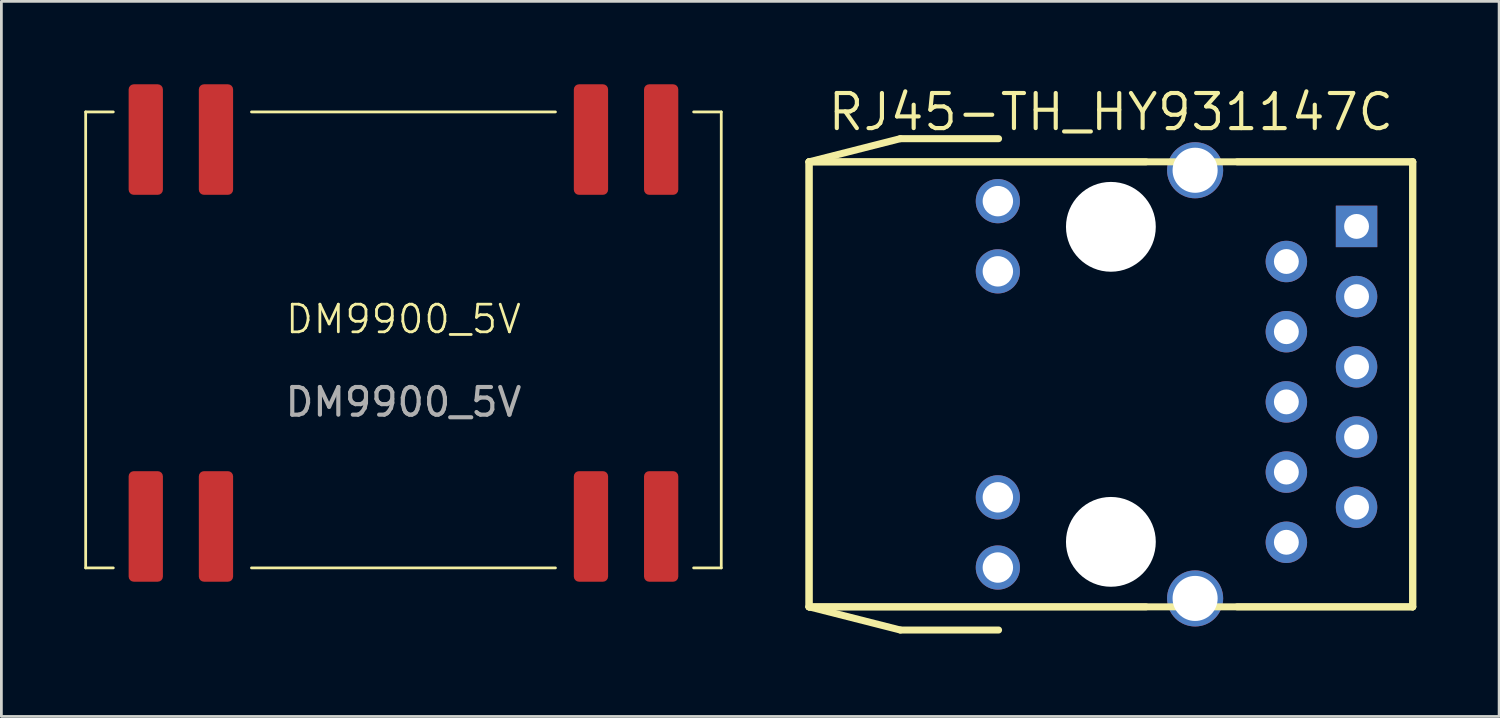
<source format=kicad_pcb>
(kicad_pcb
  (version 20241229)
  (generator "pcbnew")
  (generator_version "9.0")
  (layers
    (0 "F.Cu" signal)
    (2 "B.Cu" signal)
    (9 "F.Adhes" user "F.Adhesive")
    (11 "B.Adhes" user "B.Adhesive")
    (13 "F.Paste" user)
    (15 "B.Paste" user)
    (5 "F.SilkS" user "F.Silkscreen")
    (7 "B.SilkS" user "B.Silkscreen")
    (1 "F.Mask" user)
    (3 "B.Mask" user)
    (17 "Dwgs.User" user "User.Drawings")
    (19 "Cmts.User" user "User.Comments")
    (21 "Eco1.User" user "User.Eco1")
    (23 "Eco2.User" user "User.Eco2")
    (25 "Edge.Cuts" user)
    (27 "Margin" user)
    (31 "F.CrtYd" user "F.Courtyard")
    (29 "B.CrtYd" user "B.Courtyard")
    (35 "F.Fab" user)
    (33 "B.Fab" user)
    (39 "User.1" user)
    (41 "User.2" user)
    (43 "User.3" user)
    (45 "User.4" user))
  (footprint "RJ45-TH_HY931147C"
    (layer "F.Cu")
    (at 39.549 10.858)
    (property "Reference" "RJ45-TH_HY931147C" (at -2.4 -9.852 0) (layer "F.SilkS") (effects (font (size 1.27 1.27) (thickness 0.15))))
    (fp_line (start -13.322 -8.052) (end -13.322 8.052) (stroke (width 0.254) (type default)) (layer "F.SilkS"))
    (fp_line (start -13.322 -8.052) (end -10.02 -8.89) (stroke (width 0.254) (type default)) (layer "F.SilkS"))
    (fp_line (start -13.322 -8.052) (end 8.522 -8.052) (stroke (width 0.254) (type default)) (layer "F.SilkS"))
    (fp_line (start -13.322 8.052) (end -13.322 -8.052) (stroke (width 0.254) (type default)) (layer "F.SilkS"))
    (fp_line (start -13.322 8.052) (end -1.13 8.052) (stroke (width 0.254) (type default)) (layer "F.SilkS"))
    (fp_line (start -10.02 -8.89) (end -6.464 -8.89) (stroke (width 0.254) (type default)) (layer "F.SilkS"))
    (fp_line (start -10.02 8.89) (end -13.322 8.052) (stroke (width 0.254) (type default)) (layer "F.SilkS"))
    (fp_line (start -6.464 8.89) (end -10.02 8.89) (stroke (width 0.254) (type default)) (layer "F.SilkS"))
    (fp_line (start -1.13 -8.052) (end -13.322 -8.052) (stroke (width 0.254) (type default)) (layer "F.SilkS"))
    (fp_line (start 2.172 -8.052) (end 8.522 -8.052) (stroke (width 0.254) (type default)) (layer "F.SilkS"))
    (fp_line (start 8.522 -8.052) (end 8.522 8.052) (stroke (width 0.254) (type default)) (layer "F.SilkS"))
    (fp_line (start 8.522 -8.052) (end 8.522 8.052) (stroke (width 0.254) (type default)) (layer "F.SilkS"))
    (fp_line (start 8.522 8.052) (end -13.322 8.052) (stroke (width 0.254) (type default)) (layer "F.SilkS"))
    (fp_line (start 8.522 8.052) (end 2.172 8.052) (stroke (width 0.254) (type default)) (layer "F.SilkS"))
    (fp_circle (center -2.4 -5.7) (end -1.65 -5.7) (stroke (width 1.5) (type default)) (fill no) (layer "Dwgs.User"))
    (fp_circle (center -2.4 5.699) (end -1.65 5.699) (stroke (width 1.5) (type default)) (fill no) (layer "Dwgs.User"))
    (fp_circle (center 8.278 -8.05) (end 8.308 -8.05) (stroke (width 0.06) (type default)) (fill no) (layer "User.5"))
    (pad "" np_thru_hole circle (at -2.4 -5.7) (size 3.25 3.25) (drill 3.25) (layers "*.Cu" "*.Mask"))
    (pad "" np_thru_hole circle (at -2.4 5.7) (size 3.25 3.25) (drill 3.25) (layers "*.Cu" "*.Mask"))
    (pad "1" thru_hole rect (at 6.49 -5.715) (size 1.5 1.5) (drill 0.9) (layers "*.Cu" "*.Mask"))
    (pad "2" thru_hole oval (at 3.95 -4.445) (size 1.5 1.5) (drill 0.9) (layers "*.Cu" "*.Mask"))
    (pad "3" thru_hole oval (at 6.49 -3.175) (size 1.5 1.5) (drill 0.9) (layers "*.Cu" "*.Mask"))
    (pad "4" thru_hole oval (at 3.95 -1.905) (size 1.5 1.5) (drill 0.9) (layers "*.Cu" "*.Mask"))
    (pad "5" thru_hole oval (at 6.49 -0.635) (size 1.5 1.5) (drill 0.9) (layers "*.Cu" "*.Mask"))
    (pad "6" thru_hole oval (at 3.95 0.635) (size 1.5 1.5) (drill 0.9) (layers "*.Cu" "*.Mask"))
    (pad "7" thru_hole oval (at 6.49 1.905) (size 1.5 1.5) (drill 0.9) (layers "*.Cu" "*.Mask"))
    (pad "8" thru_hole oval (at 3.95 3.175) (size 1.5 1.5) (drill 0.9) (layers "*.Cu" "*.Mask"))
    (pad "9" thru_hole oval (at 6.49 4.445) (size 1.5 1.5) (drill 0.9) (layers "*.Cu" "*.Mask"))
    (pad "10" thru_hole oval (at 3.95 5.715) (size 1.5 1.5) (drill 0.9) (layers "*.Cu" "*.Mask"))
    (pad "11" thru_hole oval (at -6.49 -6.629) (size 1.6 1.6) (drill 1.1) (layers "*.Cu" "*.Mask"))
    (pad "12" thru_hole oval (at -6.49 -4.089) (size 1.6 1.6) (drill 1.1) (layers "*.Cu" "*.Mask"))
    (pad "13" thru_hole oval (at -6.49 4.089) (size 1.6 1.6) (drill 1.1) (layers "*.Cu" "*.Mask"))
    (pad "14" thru_hole oval (at -6.49 6.629) (size 1.6 1.6) (drill 1.1) (layers "*.Cu" "*.Mask"))
    (pad "GND1" thru_hole oval (at 0.648 -7.747) (size 2.03 2.03) (drill 1.631) (layers "*.Cu" "*.Mask"))
    (pad "GND2" thru_hole oval (at 0.648 7.747) (size 2.03 2.03) (drill 1.631) (layers "*.Cu" "*.Mask"))
    (zone (net_name "") (layer "User.3") (hatch edge 0.5) (priority 100) (connect_pads yes) (min_thickness 0) (filled_areas_thickness no) (fill yes) (polygon (pts (xy 26.227 18.908) (xy 26.227 2.808) (xy 47.827 2.808) (xy 47.827 18.908))) (filled_polygon (layer "User.3") (island) (pts (xy 26.227 18.908) (xy 26.227 2.808) (xy 47.827 2.808) (xy 47.827 18.908))))
    (zone (net_name "") (layer "User.4") (hatch edge 0.5) (priority 100) (connect_pads yes) (min_thickness 0) (filled_areas_thickness no) (fill yes) (polygon (pts (xy 32.74 3.909) (xy 33.38 3.909) (xy 33.38 4.549) (xy 32.74 4.549))) (filled_polygon (layer "User.4") (island) (pts (xy 32.74 3.909) (xy 33.38 3.909) (xy 33.38 4.549) (xy 32.74 4.549))))
    (zone (net_name "") (layer "User.4") (hatch edge 0.5) (priority 100) (connect_pads yes) (min_thickness 0) (filled_areas_thickness no) (fill yes) (polygon (pts (xy 32.74 6.449) (xy 33.38 6.449) (xy 33.38 7.089) (xy 32.74 7.089))) (filled_polygon (layer "User.4") (island) (pts (xy 32.74 6.449) (xy 33.38 6.449) (xy 33.38 7.089) (xy 32.74 7.089))))
    (zone (net_name "") (layer "User.4") (hatch edge 0.5) (priority 100) (connect_pads yes) (min_thickness 0) (filled_areas_thickness no) (fill yes) (polygon (pts (xy 32.74 14.628) (xy 33.38 14.628) (xy 33.38 15.268) (xy 32.74 15.268))) (filled_polygon (layer "User.4") (island) (pts (xy 32.74 14.628) (xy 33.38 14.628) (xy 33.38 15.268) (xy 32.74 15.268))))
    (zone (net_name "") (layer "User.4") (hatch edge 0.5) (priority 100) (connect_pads yes) (min_thickness 0) (filled_areas_thickness no) (fill yes) (polygon (pts (xy 32.74 17.168) (xy 33.38 17.168) (xy 33.38 17.808) (xy 32.74 17.808))) (filled_polygon (layer "User.4") (island) (pts (xy 32.74 17.168) (xy 33.38 17.168) (xy 33.38 17.808) (xy 32.74 17.808))))
    (zone (net_name "") (layer "User.4") (hatch edge 0.5) (priority 100) (connect_pads yes) (min_thickness 0) (filled_areas_thickness no) (fill yes) (polygon (pts (xy 39.697 2.961) (xy 40.697 2.961) (xy 40.697 3.261) (xy 39.697 3.261))) (filled_polygon (layer "User.4") (island) (pts (xy 39.697 2.961) (xy 40.697 2.961) (xy 40.697 3.261) (xy 39.697 3.261))))
    (zone (net_name "") (layer "User.4") (hatch edge 0.5) (priority 100) (connect_pads yes) (min_thickness 0) (filled_areas_thickness no) (fill yes) (polygon (pts (xy 39.697 18.455) (xy 40.697 18.455) (xy 40.697 18.755) (xy 39.697 18.755))) (filled_polygon (layer "User.4") (island) (pts (xy 39.697 18.455) (xy 40.697 18.455) (xy 40.697 18.755) (xy 39.697 18.755))))
    (zone (net_name "") (layer "User.4") (hatch edge 0.5) (priority 100) (connect_pads yes) (min_thickness 0) (filled_areas_thickness no) (fill yes) (polygon (pts (xy 43.179 6.093) (xy 43.819 6.093) (xy 43.819 6.733) (xy 43.179 6.733))) (filled_polygon (layer "User.4") (island) (pts (xy 43.179 6.093) (xy 43.819 6.093) (xy 43.819 6.733) (xy 43.179 6.733))))
    (zone (net_name "") (layer "User.4") (hatch edge 0.5) (priority 100) (connect_pads yes) (min_thickness 0) (filled_areas_thickness no) (fill yes) (polygon (pts (xy 43.179 8.633) (xy 43.819 8.633) (xy 43.819 9.273) (xy 43.179 9.273))) (filled_polygon (layer "User.4") (island) (pts (xy 43.179 8.633) (xy 43.819 8.633) (xy 43.819 9.273) (xy 43.179 9.273))))
    (zone (net_name "") (layer "User.4") (hatch edge 0.5) (priority 100) (connect_pads yes) (min_thickness 0) (filled_areas_thickness no) (fill yes) (polygon (pts (xy 43.179 11.173) (xy 43.819 11.173) (xy 43.819 11.813) (xy 43.179 11.813))) (filled_polygon (layer "User.4") (island) (pts (xy 43.179 11.173) (xy 43.819 11.173) (xy 43.819 11.813) (xy 43.179 11.813))))
    (zone (net_name "") (layer "User.4") (hatch edge 0.5) (priority 100) (connect_pads yes) (min_thickness 0) (filled_areas_thickness no) (fill yes) (polygon (pts (xy 43.179 13.713) (xy 43.819 13.713) (xy 43.819 14.353) (xy 43.179 14.353))) (filled_polygon (layer "User.4") (island) (pts (xy 43.179 13.713) (xy 43.819 13.713) (xy 43.819 14.353) (xy 43.179 14.353))))
    (zone (net_name "") (layer "User.4") (hatch edge 0.5) (priority 100) (connect_pads yes) (min_thickness 0) (filled_areas_thickness no) (fill yes) (polygon (pts (xy 43.179 16.253) (xy 43.819 16.253) (xy 43.819 16.893) (xy 43.179 16.893))) (filled_polygon (layer "User.4") (island) (pts (xy 43.179 16.253) (xy 43.819 16.253) (xy 43.819 16.893) (xy 43.179 16.893))))
    (zone (net_name "") (layer "User.4") (hatch edge 0.5) (priority 100) (connect_pads yes) (min_thickness 0) (filled_areas_thickness no) (fill yes) (polygon (pts (xy 45.719 4.823) (xy 46.359 4.823) (xy 46.359 5.463) (xy 45.719 5.463))) (filled_polygon (layer "User.4") (island) (pts (xy 45.719 4.823) (xy 46.359 4.823) (xy 46.359 5.463) (xy 45.719 5.463))))
    (zone (net_name "") (layer "User.4") (hatch edge 0.5) (priority 100) (connect_pads yes) (min_thickness 0) (filled_areas_thickness no) (fill yes) (polygon (pts (xy 45.719 7.363) (xy 46.359 7.363) (xy 46.359 8.003) (xy 45.719 8.003))) (filled_polygon (layer "User.4") (island) (pts (xy 45.719 7.363) (xy 46.359 7.363) (xy 46.359 8.003) (xy 45.719 8.003))))
    (zone (net_name "") (layer "User.4") (hatch edge 0.5) (priority 100) (connect_pads yes) (min_thickness 0) (filled_areas_thickness no) (fill yes) (polygon (pts (xy 45.719 9.903) (xy 46.359 9.903) (xy 46.359 10.543) (xy 45.719 10.543))) (filled_polygon (layer "User.4") (island) (pts (xy 45.719 9.903) (xy 46.359 9.903) (xy 46.359 10.543) (xy 45.719 10.543))))
    (zone (net_name "") (layer "User.4") (hatch edge 0.5) (priority 100) (connect_pads yes) (min_thickness 0) (filled_areas_thickness no) (fill yes) (polygon (pts (xy 45.719 12.443) (xy 46.359 12.443) (xy 46.359 13.083) (xy 45.719 13.083))) (filled_polygon (layer "User.4") (island) (pts (xy 45.719 12.443) (xy 46.359 12.443) (xy 46.359 13.083) (xy 45.719 13.083))))
    (zone (net_name "") (layer "User.4") (hatch edge 0.5) (priority 100) (connect_pads yes) (min_thickness 0) (filled_areas_thickness no) (fill yes) (polygon (pts (xy 45.719 14.983) (xy 46.359 14.983) (xy 46.359 15.623) (xy 45.719 15.623))) (filled_polygon (layer "User.4") (island) (pts (xy 45.719 14.983) (xy 46.359 14.983) (xy 46.359 15.623) (xy 45.719 15.623)))))
  (footprint "DM9900_5V"
    (layer "F.Cu")
    (at 11.55 9)
    (property "Reference" "DM9900_5V" (at 0 -0.5 0) (unlocked yes) (layer "F.SilkS") (effects (font (size 1 1) (thickness 0.1))))
    (attr smd)
    (fp_line (start -11.5 -8) (end -10.5 -8) (stroke (width 0.1) (type default)) (layer "F.SilkS"))
    (fp_line (start -11.5 8.5) (end -11.5 -8) (stroke (width 0.1) (type default)) (layer "F.SilkS"))
    (fp_line (start -10.5 8.5) (end -11.5 8.5) (stroke (width 0.1) (type default)) (layer "F.SilkS"))
    (fp_line (start -5.5 -8) (end 5.5 -8) (stroke (width 0.1) (type default)) (layer "F.SilkS"))
    (fp_line (start 5.5 8.5) (end -5.5 8.5) (stroke (width 0.1) (type default)) (layer "F.SilkS"))
    (fp_line (start 10.5 -8) (end 11.5 -8) (stroke (width 0.1) (type default)) (layer "F.SilkS"))
    (fp_line (start 11.5 -8) (end 11.5 8.5) (stroke (width 0.1) (type default)) (layer "F.SilkS"))
    (fp_line (start 11.5 8.5) (end 10.5 8.5) (stroke (width 0.1) (type default)) (layer "F.SilkS"))
    (fp_text user "${REFERENCE}" (at 0 2.5 0) (unlocked yes) (layer "F.Fab") (effects (font (size 1 1) (thickness 0.15))))
    (pad "1" smd roundrect (at -9.325 7) (size 1.24 4) (layers "F.Cu" "F.Mask" "F.Paste") (roundrect_rratio 0.15))
    (pad "2" smd roundrect (at -6.785 7) (size 1.24 4) (layers "F.Cu" "F.Mask" "F.Paste") (roundrect_rratio 0.15))
    (pad "3" smd roundrect (at 6.785 7) (size 1.24 4) (layers "F.Cu" "F.Mask" "F.Paste") (roundrect_rratio 0.15))
    (pad "4" smd roundrect (at 9.325 7) (size 1.24 4) (layers "F.Cu" "F.Mask" "F.Paste") (roundrect_rratio 0.15))
    (pad "5" smd roundrect (at 9.325 -7) (size 1.24 4) (layers "F.Cu" "F.Mask" "F.Paste") (roundrect_rratio 0.15))
    (pad "6" smd roundrect (at 6.785 -7) (size 1.24 4) (layers "F.Cu" "F.Mask" "F.Paste") (roundrect_rratio 0.15))
    (pad "7" smd roundrect (at -6.785 -7) (size 1.24 4) (layers "F.Cu" "F.Mask" "F.Paste") (roundrect_rratio 0.15))
    (pad "8" smd roundrect (at -9.325 -7) (size 1.24 4) (layers "F.Cu" "F.Mask" "F.Paste") (roundrect_rratio 0.15)))
  (gr_rect
    (start -3 -3)
    (end 51.198 22.875)
    (stroke (width 0.1) (type default))
    (fill no)
    (layer "Edge.Cuts")))
</source>
